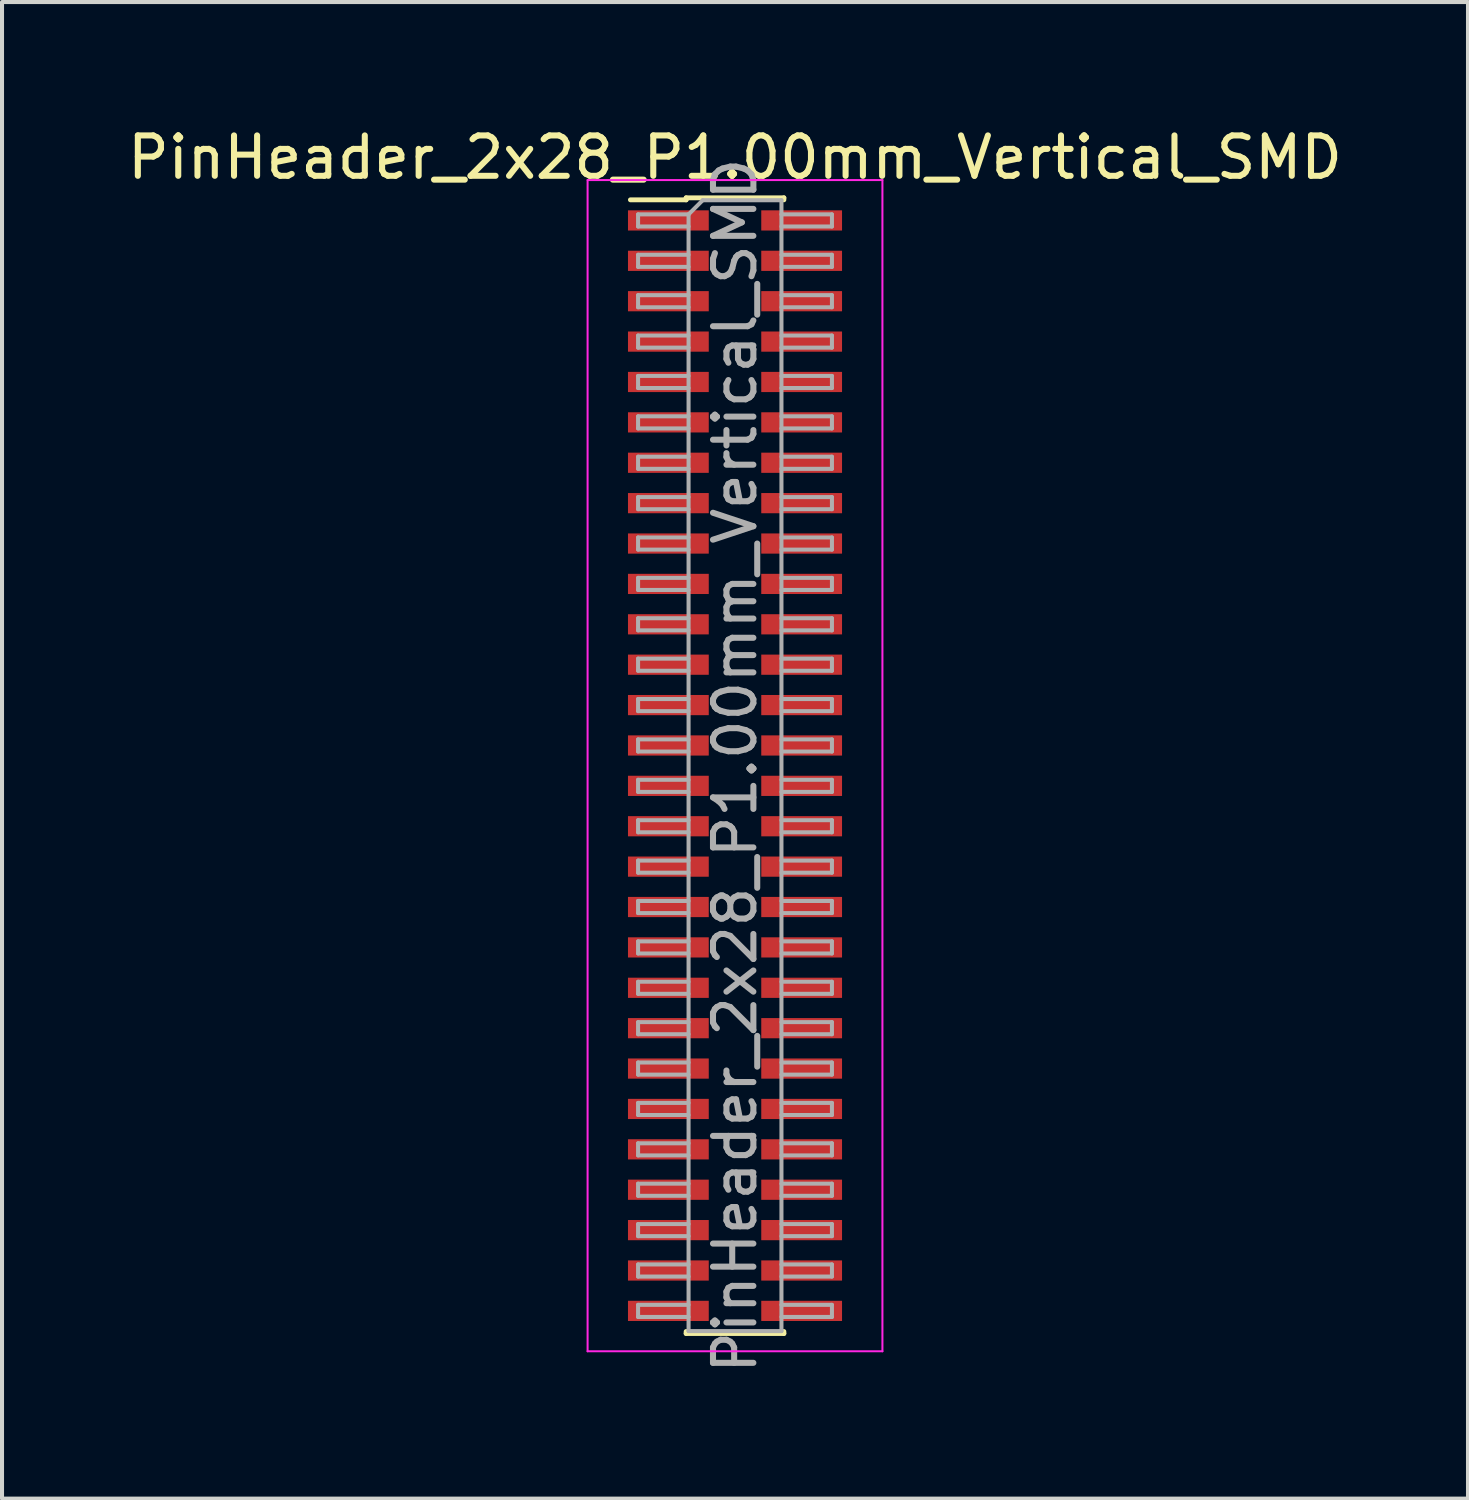
<source format=kicad_pcb>
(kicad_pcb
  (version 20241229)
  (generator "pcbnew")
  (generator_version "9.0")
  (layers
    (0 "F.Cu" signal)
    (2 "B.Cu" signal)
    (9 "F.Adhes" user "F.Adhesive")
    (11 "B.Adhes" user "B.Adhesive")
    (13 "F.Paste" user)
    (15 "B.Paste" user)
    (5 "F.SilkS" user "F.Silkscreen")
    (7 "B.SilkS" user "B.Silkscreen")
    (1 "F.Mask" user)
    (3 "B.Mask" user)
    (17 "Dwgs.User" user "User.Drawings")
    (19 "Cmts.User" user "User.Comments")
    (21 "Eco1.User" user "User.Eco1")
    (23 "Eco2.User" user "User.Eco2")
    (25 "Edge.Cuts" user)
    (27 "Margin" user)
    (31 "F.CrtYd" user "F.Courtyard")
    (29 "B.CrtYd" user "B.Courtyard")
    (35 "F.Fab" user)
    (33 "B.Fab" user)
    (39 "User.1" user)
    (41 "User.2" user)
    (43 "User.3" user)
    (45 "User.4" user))
  (footprint "PinHeader_2x28_P1.00mm_Vertical_SMD"
    (layer "F.Cu")
    (at 15.149 15.908)
    (property "Reference" "PinHeader_2x28_P1.00mm_Vertical_SMD" (at 0 -15.06 0) (layer "F.SilkS") (effects (font (size 1 1) (thickness 0.15))))
    (attr smd)
    (fp_line (start -2.59 -14.01) (end -1.21 -14.01) (stroke (width 0.12) (type solid)) (layer "F.SilkS"))
    (fp_line (start -1.21 -14.06) (end -1.21 -14.01) (stroke (width 0.12) (type solid)) (layer "F.SilkS"))
    (fp_line (start -1.21 -14.06) (end 1.21 -14.06) (stroke (width 0.12) (type solid)) (layer "F.SilkS"))
    (fp_line (start -1.21 14.01) (end -1.21 14.06) (stroke (width 0.12) (type solid)) (layer "F.SilkS"))
    (fp_line (start -1.21 14.06) (end 1.21 14.06) (stroke (width 0.12) (type solid)) (layer "F.SilkS"))
    (fp_line (start 1.21 -14.06) (end 1.21 -14.01) (stroke (width 0.12) (type solid)) (layer "F.SilkS"))
    (fp_line (start 1.21 14.01) (end 1.21 14.06) (stroke (width 0.12) (type solid)) (layer "F.SilkS"))
    (fp_line (start -3.65 -14.5) (end -3.65 14.5) (stroke (width 0.05) (type solid)) (layer "F.CrtYd"))
    (fp_line (start -3.65 14.5) (end 3.65 14.5) (stroke (width 0.05) (type solid)) (layer "F.CrtYd"))
    (fp_line (start 3.65 -14.5) (end -3.65 -14.5) (stroke (width 0.05) (type solid)) (layer "F.CrtYd"))
    (fp_line (start 3.65 14.5) (end 3.65 -14.5) (stroke (width 0.05) (type solid)) (layer "F.CrtYd"))
    (fp_line (start -2.4 -13.65) (end -2.4 -13.35) (stroke (width 0.1) (type solid)) (layer "F.Fab"))
    (fp_line (start -2.4 -13.35) (end -1.15 -13.35) (stroke (width 0.1) (type solid)) (layer "F.Fab"))
    (fp_line (start -2.4 -12.65) (end -2.4 -12.35) (stroke (width 0.1) (type solid)) (layer "F.Fab"))
    (fp_line (start -2.4 -12.35) (end -1.15 -12.35) (stroke (width 0.1) (type solid)) (layer "F.Fab"))
    (fp_line (start -2.4 -11.65) (end -2.4 -11.35) (stroke (width 0.1) (type solid)) (layer "F.Fab"))
    (fp_line (start -2.4 -11.35) (end -1.15 -11.35) (stroke (width 0.1) (type solid)) (layer "F.Fab"))
    (fp_line (start -2.4 -10.65) (end -2.4 -10.35) (stroke (width 0.1) (type solid)) (layer "F.Fab"))
    (fp_line (start -2.4 -10.35) (end -1.15 -10.35) (stroke (width 0.1) (type solid)) (layer "F.Fab"))
    (fp_line (start -2.4 -9.65) (end -2.4 -9.35) (stroke (width 0.1) (type solid)) (layer "F.Fab"))
    (fp_line (start -2.4 -9.35) (end -1.15 -9.35) (stroke (width 0.1) (type solid)) (layer "F.Fab"))
    (fp_line (start -2.4 -8.65) (end -2.4 -8.35) (stroke (width 0.1) (type solid)) (layer "F.Fab"))
    (fp_line (start -2.4 -8.35) (end -1.15 -8.35) (stroke (width 0.1) (type solid)) (layer "F.Fab"))
    (fp_line (start -2.4 -7.65) (end -2.4 -7.35) (stroke (width 0.1) (type solid)) (layer "F.Fab"))
    (fp_line (start -2.4 -7.35) (end -1.15 -7.35) (stroke (width 0.1) (type solid)) (layer "F.Fab"))
    (fp_line (start -2.4 -6.65) (end -2.4 -6.35) (stroke (width 0.1) (type solid)) (layer "F.Fab"))
    (fp_line (start -2.4 -6.35) (end -1.15 -6.35) (stroke (width 0.1) (type solid)) (layer "F.Fab"))
    (fp_line (start -2.4 -5.65) (end -2.4 -5.35) (stroke (width 0.1) (type solid)) (layer "F.Fab"))
    (fp_line (start -2.4 -5.35) (end -1.15 -5.35) (stroke (width 0.1) (type solid)) (layer "F.Fab"))
    (fp_line (start -2.4 -4.65) (end -2.4 -4.35) (stroke (width 0.1) (type solid)) (layer "F.Fab"))
    (fp_line (start -2.4 -4.35) (end -1.15 -4.35) (stroke (width 0.1) (type solid)) (layer "F.Fab"))
    (fp_line (start -2.4 -3.65) (end -2.4 -3.35) (stroke (width 0.1) (type solid)) (layer "F.Fab"))
    (fp_line (start -2.4 -3.35) (end -1.15 -3.35) (stroke (width 0.1) (type solid)) (layer "F.Fab"))
    (fp_line (start -2.4 -2.65) (end -2.4 -2.35) (stroke (width 0.1) (type solid)) (layer "F.Fab"))
    (fp_line (start -2.4 -2.35) (end -1.15 -2.35) (stroke (width 0.1) (type solid)) (layer "F.Fab"))
    (fp_line (start -2.4 -1.65) (end -2.4 -1.35) (stroke (width 0.1) (type solid)) (layer "F.Fab"))
    (fp_line (start -2.4 -1.35) (end -1.15 -1.35) (stroke (width 0.1) (type solid)) (layer "F.Fab"))
    (fp_line (start -2.4 -0.65) (end -2.4 -0.35) (stroke (width 0.1) (type solid)) (layer "F.Fab"))
    (fp_line (start -2.4 -0.35) (end -1.15 -0.35) (stroke (width 0.1) (type solid)) (layer "F.Fab"))
    (fp_line (start -2.4 0.35) (end -2.4 0.65) (stroke (width 0.1) (type solid)) (layer "F.Fab"))
    (fp_line (start -2.4 0.65) (end -1.15 0.65) (stroke (width 0.1) (type solid)) (layer "F.Fab"))
    (fp_line (start -2.4 1.35) (end -2.4 1.65) (stroke (width 0.1) (type solid)) (layer "F.Fab"))
    (fp_line (start -2.4 1.65) (end -1.15 1.65) (stroke (width 0.1) (type solid)) (layer "F.Fab"))
    (fp_line (start -2.4 2.35) (end -2.4 2.65) (stroke (width 0.1) (type solid)) (layer "F.Fab"))
    (fp_line (start -2.4 2.65) (end -1.15 2.65) (stroke (width 0.1) (type solid)) (layer "F.Fab"))
    (fp_line (start -2.4 3.35) (end -2.4 3.65) (stroke (width 0.1) (type solid)) (layer "F.Fab"))
    (fp_line (start -2.4 3.65) (end -1.15 3.65) (stroke (width 0.1) (type solid)) (layer "F.Fab"))
    (fp_line (start -2.4 4.35) (end -2.4 4.65) (stroke (width 0.1) (type solid)) (layer "F.Fab"))
    (fp_line (start -2.4 4.65) (end -1.15 4.65) (stroke (width 0.1) (type solid)) (layer "F.Fab"))
    (fp_line (start -2.4 5.35) (end -2.4 5.65) (stroke (width 0.1) (type solid)) (layer "F.Fab"))
    (fp_line (start -2.4 5.65) (end -1.15 5.65) (stroke (width 0.1) (type solid)) (layer "F.Fab"))
    (fp_line (start -2.4 6.35) (end -2.4 6.65) (stroke (width 0.1) (type solid)) (layer "F.Fab"))
    (fp_line (start -2.4 6.65) (end -1.15 6.65) (stroke (width 0.1) (type solid)) (layer "F.Fab"))
    (fp_line (start -2.4 7.35) (end -2.4 7.65) (stroke (width 0.1) (type solid)) (layer "F.Fab"))
    (fp_line (start -2.4 7.65) (end -1.15 7.65) (stroke (width 0.1) (type solid)) (layer "F.Fab"))
    (fp_line (start -2.4 8.35) (end -2.4 8.65) (stroke (width 0.1) (type solid)) (layer "F.Fab"))
    (fp_line (start -2.4 8.65) (end -1.15 8.65) (stroke (width 0.1) (type solid)) (layer "F.Fab"))
    (fp_line (start -2.4 9.35) (end -2.4 9.65) (stroke (width 0.1) (type solid)) (layer "F.Fab"))
    (fp_line (start -2.4 9.65) (end -1.15 9.65) (stroke (width 0.1) (type solid)) (layer "F.Fab"))
    (fp_line (start -2.4 10.35) (end -2.4 10.65) (stroke (width 0.1) (type solid)) (layer "F.Fab"))
    (fp_line (start -2.4 10.65) (end -1.15 10.65) (stroke (width 0.1) (type solid)) (layer "F.Fab"))
    (fp_line (start -2.4 11.35) (end -2.4 11.65) (stroke (width 0.1) (type solid)) (layer "F.Fab"))
    (fp_line (start -2.4 11.65) (end -1.15 11.65) (stroke (width 0.1) (type solid)) (layer "F.Fab"))
    (fp_line (start -2.4 12.35) (end -2.4 12.65) (stroke (width 0.1) (type solid)) (layer "F.Fab"))
    (fp_line (start -2.4 12.65) (end -1.15 12.65) (stroke (width 0.1) (type solid)) (layer "F.Fab"))
    (fp_line (start -2.4 13.35) (end -2.4 13.65) (stroke (width 0.1) (type solid)) (layer "F.Fab"))
    (fp_line (start -2.4 13.65) (end -1.15 13.65) (stroke (width 0.1) (type solid)) (layer "F.Fab"))
    (fp_line (start -1.15 -13.65) (end -2.4 -13.65) (stroke (width 0.1) (type solid)) (layer "F.Fab"))
    (fp_line (start -1.15 -13.65) (end -0.8 -14) (stroke (width 0.1) (type solid)) (layer "F.Fab"))
    (fp_line (start -1.15 -12.65) (end -2.4 -12.65) (stroke (width 0.1) (type solid)) (layer "F.Fab"))
    (fp_line (start -1.15 -11.65) (end -2.4 -11.65) (stroke (width 0.1) (type solid)) (layer "F.Fab"))
    (fp_line (start -1.15 -10.65) (end -2.4 -10.65) (stroke (width 0.1) (type solid)) (layer "F.Fab"))
    (fp_line (start -1.15 -9.65) (end -2.4 -9.65) (stroke (width 0.1) (type solid)) (layer "F.Fab"))
    (fp_line (start -1.15 -8.65) (end -2.4 -8.65) (stroke (width 0.1) (type solid)) (layer "F.Fab"))
    (fp_line (start -1.15 -7.65) (end -2.4 -7.65) (stroke (width 0.1) (type solid)) (layer "F.Fab"))
    (fp_line (start -1.15 -6.65) (end -2.4 -6.65) (stroke (width 0.1) (type solid)) (layer "F.Fab"))
    (fp_line (start -1.15 -5.65) (end -2.4 -5.65) (stroke (width 0.1) (type solid)) (layer "F.Fab"))
    (fp_line (start -1.15 -4.65) (end -2.4 -4.65) (stroke (width 0.1) (type solid)) (layer "F.Fab"))
    (fp_line (start -1.15 -3.65) (end -2.4 -3.65) (stroke (width 0.1) (type solid)) (layer "F.Fab"))
    (fp_line (start -1.15 -2.65) (end -2.4 -2.65) (stroke (width 0.1) (type solid)) (layer "F.Fab"))
    (fp_line (start -1.15 -1.65) (end -2.4 -1.65) (stroke (width 0.1) (type solid)) (layer "F.Fab"))
    (fp_line (start -1.15 -0.65) (end -2.4 -0.65) (stroke (width 0.1) (type solid)) (layer "F.Fab"))
    (fp_line (start -1.15 0.35) (end -2.4 0.35) (stroke (width 0.1) (type solid)) (layer "F.Fab"))
    (fp_line (start -1.15 1.35) (end -2.4 1.35) (stroke (width 0.1) (type solid)) (layer "F.Fab"))
    (fp_line (start -1.15 2.35) (end -2.4 2.35) (stroke (width 0.1) (type solid)) (layer "F.Fab"))
    (fp_line (start -1.15 3.35) (end -2.4 3.35) (stroke (width 0.1) (type solid)) (layer "F.Fab"))
    (fp_line (start -1.15 4.35) (end -2.4 4.35) (stroke (width 0.1) (type solid)) (layer "F.Fab"))
    (fp_line (start -1.15 5.35) (end -2.4 5.35) (stroke (width 0.1) (type solid)) (layer "F.Fab"))
    (fp_line (start -1.15 6.35) (end -2.4 6.35) (stroke (width 0.1) (type solid)) (layer "F.Fab"))
    (fp_line (start -1.15 7.35) (end -2.4 7.35) (stroke (width 0.1) (type solid)) (layer "F.Fab"))
    (fp_line (start -1.15 8.35) (end -2.4 8.35) (stroke (width 0.1) (type solid)) (layer "F.Fab"))
    (fp_line (start -1.15 9.35) (end -2.4 9.35) (stroke (width 0.1) (type solid)) (layer "F.Fab"))
    (fp_line (start -1.15 10.35) (end -2.4 10.35) (stroke (width 0.1) (type solid)) (layer "F.Fab"))
    (fp_line (start -1.15 11.35) (end -2.4 11.35) (stroke (width 0.1) (type solid)) (layer "F.Fab"))
    (fp_line (start -1.15 12.35) (end -2.4 12.35) (stroke (width 0.1) (type solid)) (layer "F.Fab"))
    (fp_line (start -1.15 13.35) (end -2.4 13.35) (stroke (width 0.1) (type solid)) (layer "F.Fab"))
    (fp_line (start -1.15 14) (end -1.15 -13.65) (stroke (width 0.1) (type solid)) (layer "F.Fab"))
    (fp_line (start -0.8 -14) (end 1.15 -14) (stroke (width 0.1) (type solid)) (layer "F.Fab"))
    (fp_line (start 1.15 -14) (end 1.15 14) (stroke (width 0.1) (type solid)) (layer "F.Fab"))
    (fp_line (start 1.15 -13.65) (end 2.4 -13.65) (stroke (width 0.1) (type solid)) (layer "F.Fab"))
    (fp_line (start 1.15 -12.65) (end 2.4 -12.65) (stroke (width 0.1) (type solid)) (layer "F.Fab"))
    (fp_line (start 1.15 -11.65) (end 2.4 -11.65) (stroke (width 0.1) (type solid)) (layer "F.Fab"))
    (fp_line (start 1.15 -10.65) (end 2.4 -10.65) (stroke (width 0.1) (type solid)) (layer "F.Fab"))
    (fp_line (start 1.15 -9.65) (end 2.4 -9.65) (stroke (width 0.1) (type solid)) (layer "F.Fab"))
    (fp_line (start 1.15 -8.65) (end 2.4 -8.65) (stroke (width 0.1) (type solid)) (layer "F.Fab"))
    (fp_line (start 1.15 -7.65) (end 2.4 -7.65) (stroke (width 0.1) (type solid)) (layer "F.Fab"))
    (fp_line (start 1.15 -6.65) (end 2.4 -6.65) (stroke (width 0.1) (type solid)) (layer "F.Fab"))
    (fp_line (start 1.15 -5.65) (end 2.4 -5.65) (stroke (width 0.1) (type solid)) (layer "F.Fab"))
    (fp_line (start 1.15 -4.65) (end 2.4 -4.65) (stroke (width 0.1) (type solid)) (layer "F.Fab"))
    (fp_line (start 1.15 -3.65) (end 2.4 -3.65) (stroke (width 0.1) (type solid)) (layer "F.Fab"))
    (fp_line (start 1.15 -2.65) (end 2.4 -2.65) (stroke (width 0.1) (type solid)) (layer "F.Fab"))
    (fp_line (start 1.15 -1.65) (end 2.4 -1.65) (stroke (width 0.1) (type solid)) (layer "F.Fab"))
    (fp_line (start 1.15 -0.65) (end 2.4 -0.65) (stroke (width 0.1) (type solid)) (layer "F.Fab"))
    (fp_line (start 1.15 0.35) (end 2.4 0.35) (stroke (width 0.1) (type solid)) (layer "F.Fab"))
    (fp_line (start 1.15 1.35) (end 2.4 1.35) (stroke (width 0.1) (type solid)) (layer "F.Fab"))
    (fp_line (start 1.15 2.35) (end 2.4 2.35) (stroke (width 0.1) (type solid)) (layer "F.Fab"))
    (fp_line (start 1.15 3.35) (end 2.4 3.35) (stroke (width 0.1) (type solid)) (layer "F.Fab"))
    (fp_line (start 1.15 4.35) (end 2.4 4.35) (stroke (width 0.1) (type solid)) (layer "F.Fab"))
    (fp_line (start 1.15 5.35) (end 2.4 5.35) (stroke (width 0.1) (type solid)) (layer "F.Fab"))
    (fp_line (start 1.15 6.35) (end 2.4 6.35) (stroke (width 0.1) (type solid)) (layer "F.Fab"))
    (fp_line (start 1.15 7.35) (end 2.4 7.35) (stroke (width 0.1) (type solid)) (layer "F.Fab"))
    (fp_line (start 1.15 8.35) (end 2.4 8.35) (stroke (width 0.1) (type solid)) (layer "F.Fab"))
    (fp_line (start 1.15 9.35) (end 2.4 9.35) (stroke (width 0.1) (type solid)) (layer "F.Fab"))
    (fp_line (start 1.15 10.35) (end 2.4 10.35) (stroke (width 0.1) (type solid)) (layer "F.Fab"))
    (fp_line (start 1.15 11.35) (end 2.4 11.35) (stroke (width 0.1) (type solid)) (layer "F.Fab"))
    (fp_line (start 1.15 12.35) (end 2.4 12.35) (stroke (width 0.1) (type solid)) (layer "F.Fab"))
    (fp_line (start 1.15 13.35) (end 2.4 13.35) (stroke (width 0.1) (type solid)) (layer "F.Fab"))
    (fp_line (start 1.15 14) (end -1.15 14) (stroke (width 0.1) (type solid)) (layer "F.Fab"))
    (fp_line (start 2.4 -13.65) (end 2.4 -13.35) (stroke (width 0.1) (type solid)) (layer "F.Fab"))
    (fp_line (start 2.4 -13.35) (end 1.15 -13.35) (stroke (width 0.1) (type solid)) (layer "F.Fab"))
    (fp_line (start 2.4 -12.65) (end 2.4 -12.35) (stroke (width 0.1) (type solid)) (layer "F.Fab"))
    (fp_line (start 2.4 -12.35) (end 1.15 -12.35) (stroke (width 0.1) (type solid)) (layer "F.Fab"))
    (fp_line (start 2.4 -11.65) (end 2.4 -11.35) (stroke (width 0.1) (type solid)) (layer "F.Fab"))
    (fp_line (start 2.4 -11.35) (end 1.15 -11.35) (stroke (width 0.1) (type solid)) (layer "F.Fab"))
    (fp_line (start 2.4 -10.65) (end 2.4 -10.35) (stroke (width 0.1) (type solid)) (layer "F.Fab"))
    (fp_line (start 2.4 -10.35) (end 1.15 -10.35) (stroke (width 0.1) (type solid)) (layer "F.Fab"))
    (fp_line (start 2.4 -9.65) (end 2.4 -9.35) (stroke (width 0.1) (type solid)) (layer "F.Fab"))
    (fp_line (start 2.4 -9.35) (end 1.15 -9.35) (stroke (width 0.1) (type solid)) (layer "F.Fab"))
    (fp_line (start 2.4 -8.65) (end 2.4 -8.35) (stroke (width 0.1) (type solid)) (layer "F.Fab"))
    (fp_line (start 2.4 -8.35) (end 1.15 -8.35) (stroke (width 0.1) (type solid)) (layer "F.Fab"))
    (fp_line (start 2.4 -7.65) (end 2.4 -7.35) (stroke (width 0.1) (type solid)) (layer "F.Fab"))
    (fp_line (start 2.4 -7.35) (end 1.15 -7.35) (stroke (width 0.1) (type solid)) (layer "F.Fab"))
    (fp_line (start 2.4 -6.65) (end 2.4 -6.35) (stroke (width 0.1) (type solid)) (layer "F.Fab"))
    (fp_line (start 2.4 -6.35) (end 1.15 -6.35) (stroke (width 0.1) (type solid)) (layer "F.Fab"))
    (fp_line (start 2.4 -5.65) (end 2.4 -5.35) (stroke (width 0.1) (type solid)) (layer "F.Fab"))
    (fp_line (start 2.4 -5.35) (end 1.15 -5.35) (stroke (width 0.1) (type solid)) (layer "F.Fab"))
    (fp_line (start 2.4 -4.65) (end 2.4 -4.35) (stroke (width 0.1) (type solid)) (layer "F.Fab"))
    (fp_line (start 2.4 -4.35) (end 1.15 -4.35) (stroke (width 0.1) (type solid)) (layer "F.Fab"))
    (fp_line (start 2.4 -3.65) (end 2.4 -3.35) (stroke (width 0.1) (type solid)) (layer "F.Fab"))
    (fp_line (start 2.4 -3.35) (end 1.15 -3.35) (stroke (width 0.1) (type solid)) (layer "F.Fab"))
    (fp_line (start 2.4 -2.65) (end 2.4 -2.35) (stroke (width 0.1) (type solid)) (layer "F.Fab"))
    (fp_line (start 2.4 -2.35) (end 1.15 -2.35) (stroke (width 0.1) (type solid)) (layer "F.Fab"))
    (fp_line (start 2.4 -1.65) (end 2.4 -1.35) (stroke (width 0.1) (type solid)) (layer "F.Fab"))
    (fp_line (start 2.4 -1.35) (end 1.15 -1.35) (stroke (width 0.1) (type solid)) (layer "F.Fab"))
    (fp_line (start 2.4 -0.65) (end 2.4 -0.35) (stroke (width 0.1) (type solid)) (layer "F.Fab"))
    (fp_line (start 2.4 -0.35) (end 1.15 -0.35) (stroke (width 0.1) (type solid)) (layer "F.Fab"))
    (fp_line (start 2.4 0.35) (end 2.4 0.65) (stroke (width 0.1) (type solid)) (layer "F.Fab"))
    (fp_line (start 2.4 0.65) (end 1.15 0.65) (stroke (width 0.1) (type solid)) (layer "F.Fab"))
    (fp_line (start 2.4 1.35) (end 2.4 1.65) (stroke (width 0.1) (type solid)) (layer "F.Fab"))
    (fp_line (start 2.4 1.65) (end 1.15 1.65) (stroke (width 0.1) (type solid)) (layer "F.Fab"))
    (fp_line (start 2.4 2.35) (end 2.4 2.65) (stroke (width 0.1) (type solid)) (layer "F.Fab"))
    (fp_line (start 2.4 2.65) (end 1.15 2.65) (stroke (width 0.1) (type solid)) (layer "F.Fab"))
    (fp_line (start 2.4 3.35) (end 2.4 3.65) (stroke (width 0.1) (type solid)) (layer "F.Fab"))
    (fp_line (start 2.4 3.65) (end 1.15 3.65) (stroke (width 0.1) (type solid)) (layer "F.Fab"))
    (fp_line (start 2.4 4.35) (end 2.4 4.65) (stroke (width 0.1) (type solid)) (layer "F.Fab"))
    (fp_line (start 2.4 4.65) (end 1.15 4.65) (stroke (width 0.1) (type solid)) (layer "F.Fab"))
    (fp_line (start 2.4 5.35) (end 2.4 5.65) (stroke (width 0.1) (type solid)) (layer "F.Fab"))
    (fp_line (start 2.4 5.65) (end 1.15 5.65) (stroke (width 0.1) (type solid)) (layer "F.Fab"))
    (fp_line (start 2.4 6.35) (end 2.4 6.65) (stroke (width 0.1) (type solid)) (layer "F.Fab"))
    (fp_line (start 2.4 6.65) (end 1.15 6.65) (stroke (width 0.1) (type solid)) (layer "F.Fab"))
    (fp_line (start 2.4 7.35) (end 2.4 7.65) (stroke (width 0.1) (type solid)) (layer "F.Fab"))
    (fp_line (start 2.4 7.65) (end 1.15 7.65) (stroke (width 0.1) (type solid)) (layer "F.Fab"))
    (fp_line (start 2.4 8.35) (end 2.4 8.65) (stroke (width 0.1) (type solid)) (layer "F.Fab"))
    (fp_line (start 2.4 8.65) (end 1.15 8.65) (stroke (width 0.1) (type solid)) (layer "F.Fab"))
    (fp_line (start 2.4 9.35) (end 2.4 9.65) (stroke (width 0.1) (type solid)) (layer "F.Fab"))
    (fp_line (start 2.4 9.65) (end 1.15 9.65) (stroke (width 0.1) (type solid)) (layer "F.Fab"))
    (fp_line (start 2.4 10.35) (end 2.4 10.65) (stroke (width 0.1) (type solid)) (layer "F.Fab"))
    (fp_line (start 2.4 10.65) (end 1.15 10.65) (stroke (width 0.1) (type solid)) (layer "F.Fab"))
    (fp_line (start 2.4 11.35) (end 2.4 11.65) (stroke (width 0.1) (type solid)) (layer "F.Fab"))
    (fp_line (start 2.4 11.65) (end 1.15 11.65) (stroke (width 0.1) (type solid)) (layer "F.Fab"))
    (fp_line (start 2.4 12.35) (end 2.4 12.65) (stroke (width 0.1) (type solid)) (layer "F.Fab"))
    (fp_line (start 2.4 12.65) (end 1.15 12.65) (stroke (width 0.1) (type solid)) (layer "F.Fab"))
    (fp_line (start 2.4 13.35) (end 2.4 13.65) (stroke (width 0.1) (type solid)) (layer "F.Fab"))
    (fp_line (start 2.4 13.65) (end 1.15 13.65) (stroke (width 0.1) (type solid)) (layer "F.Fab"))
    (fp_text user "${REFERENCE}" (at 0 0 90) (layer "F.Fab") (effects (font (size 1 1) (thickness 0.15))))
    (pad "1" smd rect (at -1.65 -13.5) (size 2 0.5) (layers "F.Cu" "F.Mask" "F.Paste"))
    (pad "2" smd rect (at 1.65 -13.5) (size 2 0.5) (layers "F.Cu" "F.Mask" "F.Paste"))
    (pad "3" smd rect (at -1.65 -12.5) (size 2 0.5) (layers "F.Cu" "F.Mask" "F.Paste"))
    (pad "4" smd rect (at 1.65 -12.5) (size 2 0.5) (layers "F.Cu" "F.Mask" "F.Paste"))
    (pad "5" smd rect (at -1.65 -11.5) (size 2 0.5) (layers "F.Cu" "F.Mask" "F.Paste"))
    (pad "6" smd rect (at 1.65 -11.5) (size 2 0.5) (layers "F.Cu" "F.Mask" "F.Paste"))
    (pad "7" smd rect (at -1.65 -10.5) (size 2 0.5) (layers "F.Cu" "F.Mask" "F.Paste"))
    (pad "8" smd rect (at 1.65 -10.5) (size 2 0.5) (layers "F.Cu" "F.Mask" "F.Paste"))
    (pad "9" smd rect (at -1.65 -9.5) (size 2 0.5) (layers "F.Cu" "F.Mask" "F.Paste"))
    (pad "10" smd rect (at 1.65 -9.5) (size 2 0.5) (layers "F.Cu" "F.Mask" "F.Paste"))
    (pad "11" smd rect (at -1.65 -8.5) (size 2 0.5) (layers "F.Cu" "F.Mask" "F.Paste"))
    (pad "12" smd rect (at 1.65 -8.5) (size 2 0.5) (layers "F.Cu" "F.Mask" "F.Paste"))
    (pad "13" smd rect (at -1.65 -7.5) (size 2 0.5) (layers "F.Cu" "F.Mask" "F.Paste"))
    (pad "14" smd rect (at 1.65 -7.5) (size 2 0.5) (layers "F.Cu" "F.Mask" "F.Paste"))
    (pad "15" smd rect (at -1.65 -6.5) (size 2 0.5) (layers "F.Cu" "F.Mask" "F.Paste"))
    (pad "16" smd rect (at 1.65 -6.5) (size 2 0.5) (layers "F.Cu" "F.Mask" "F.Paste"))
    (pad "17" smd rect (at -1.65 -5.5) (size 2 0.5) (layers "F.Cu" "F.Mask" "F.Paste"))
    (pad "18" smd rect (at 1.65 -5.5) (size 2 0.5) (layers "F.Cu" "F.Mask" "F.Paste"))
    (pad "19" smd rect (at -1.65 -4.5) (size 2 0.5) (layers "F.Cu" "F.Mask" "F.Paste"))
    (pad "20" smd rect (at 1.65 -4.5) (size 2 0.5) (layers "F.Cu" "F.Mask" "F.Paste"))
    (pad "21" smd rect (at -1.65 -3.5) (size 2 0.5) (layers "F.Cu" "F.Mask" "F.Paste"))
    (pad "22" smd rect (at 1.65 -3.5) (size 2 0.5) (layers "F.Cu" "F.Mask" "F.Paste"))
    (pad "23" smd rect (at -1.65 -2.5) (size 2 0.5) (layers "F.Cu" "F.Mask" "F.Paste"))
    (pad "24" smd rect (at 1.65 -2.5) (size 2 0.5) (layers "F.Cu" "F.Mask" "F.Paste"))
    (pad "25" smd rect (at -1.65 -1.5) (size 2 0.5) (layers "F.Cu" "F.Mask" "F.Paste"))
    (pad "26" smd rect (at 1.65 -1.5) (size 2 0.5) (layers "F.Cu" "F.Mask" "F.Paste"))
    (pad "27" smd rect (at -1.65 -0.5) (size 2 0.5) (layers "F.Cu" "F.Mask" "F.Paste"))
    (pad "28" smd rect (at 1.65 -0.5) (size 2 0.5) (layers "F.Cu" "F.Mask" "F.Paste"))
    (pad "29" smd rect (at -1.65 0.5) (size 2 0.5) (layers "F.Cu" "F.Mask" "F.Paste"))
    (pad "30" smd rect (at 1.65 0.5) (size 2 0.5) (layers "F.Cu" "F.Mask" "F.Paste"))
    (pad "31" smd rect (at -1.65 1.5) (size 2 0.5) (layers "F.Cu" "F.Mask" "F.Paste"))
    (pad "32" smd rect (at 1.65 1.5) (size 2 0.5) (layers "F.Cu" "F.Mask" "F.Paste"))
    (pad "33" smd rect (at -1.65 2.5) (size 2 0.5) (layers "F.Cu" "F.Mask" "F.Paste"))
    (pad "34" smd rect (at 1.65 2.5) (size 2 0.5) (layers "F.Cu" "F.Mask" "F.Paste"))
    (pad "35" smd rect (at -1.65 3.5) (size 2 0.5) (layers "F.Cu" "F.Mask" "F.Paste"))
    (pad "36" smd rect (at 1.65 3.5) (size 2 0.5) (layers "F.Cu" "F.Mask" "F.Paste"))
    (pad "37" smd rect (at -1.65 4.5) (size 2 0.5) (layers "F.Cu" "F.Mask" "F.Paste"))
    (pad "38" smd rect (at 1.65 4.5) (size 2 0.5) (layers "F.Cu" "F.Mask" "F.Paste"))
    (pad "39" smd rect (at -1.65 5.5) (size 2 0.5) (layers "F.Cu" "F.Mask" "F.Paste"))
    (pad "40" smd rect (at 1.65 5.5) (size 2 0.5) (layers "F.Cu" "F.Mask" "F.Paste"))
    (pad "41" smd rect (at -1.65 6.5) (size 2 0.5) (layers "F.Cu" "F.Mask" "F.Paste"))
    (pad "42" smd rect (at 1.65 6.5) (size 2 0.5) (layers "F.Cu" "F.Mask" "F.Paste"))
    (pad "43" smd rect (at -1.65 7.5) (size 2 0.5) (layers "F.Cu" "F.Mask" "F.Paste"))
    (pad "44" smd rect (at 1.65 7.5) (size 2 0.5) (layers "F.Cu" "F.Mask" "F.Paste"))
    (pad "45" smd rect (at -1.65 8.5) (size 2 0.5) (layers "F.Cu" "F.Mask" "F.Paste"))
    (pad "46" smd rect (at 1.65 8.5) (size 2 0.5) (layers "F.Cu" "F.Mask" "F.Paste"))
    (pad "47" smd rect (at -1.65 9.5) (size 2 0.5) (layers "F.Cu" "F.Mask" "F.Paste"))
    (pad "48" smd rect (at 1.65 9.5) (size 2 0.5) (layers "F.Cu" "F.Mask" "F.Paste"))
    (pad "49" smd rect (at -1.65 10.5) (size 2 0.5) (layers "F.Cu" "F.Mask" "F.Paste"))
    (pad "50" smd rect (at 1.65 10.5) (size 2 0.5) (layers "F.Cu" "F.Mask" "F.Paste"))
    (pad "51" smd rect (at -1.65 11.5) (size 2 0.5) (layers "F.Cu" "F.Mask" "F.Paste"))
    (pad "52" smd rect (at 1.65 11.5) (size 2 0.5) (layers "F.Cu" "F.Mask" "F.Paste"))
    (pad "53" smd rect (at -1.65 12.5) (size 2 0.5) (layers "F.Cu" "F.Mask" "F.Paste"))
    (pad "54" smd rect (at 1.65 12.5) (size 2 0.5) (layers "F.Cu" "F.Mask" "F.Paste"))
    (pad "55" smd rect (at -1.65 13.5) (size 2 0.5) (layers "F.Cu" "F.Mask" "F.Paste"))
    (pad "56" smd rect (at 1.65 13.5) (size 2 0.5) (layers "F.Cu" "F.Mask" "F.Paste")))
  (gr_rect
    (start -3 -3)
    (end 33.298 34.057)
    (stroke (width 0.1) (type default))
    (fill no)
    (layer "Edge.Cuts")))
</source>
